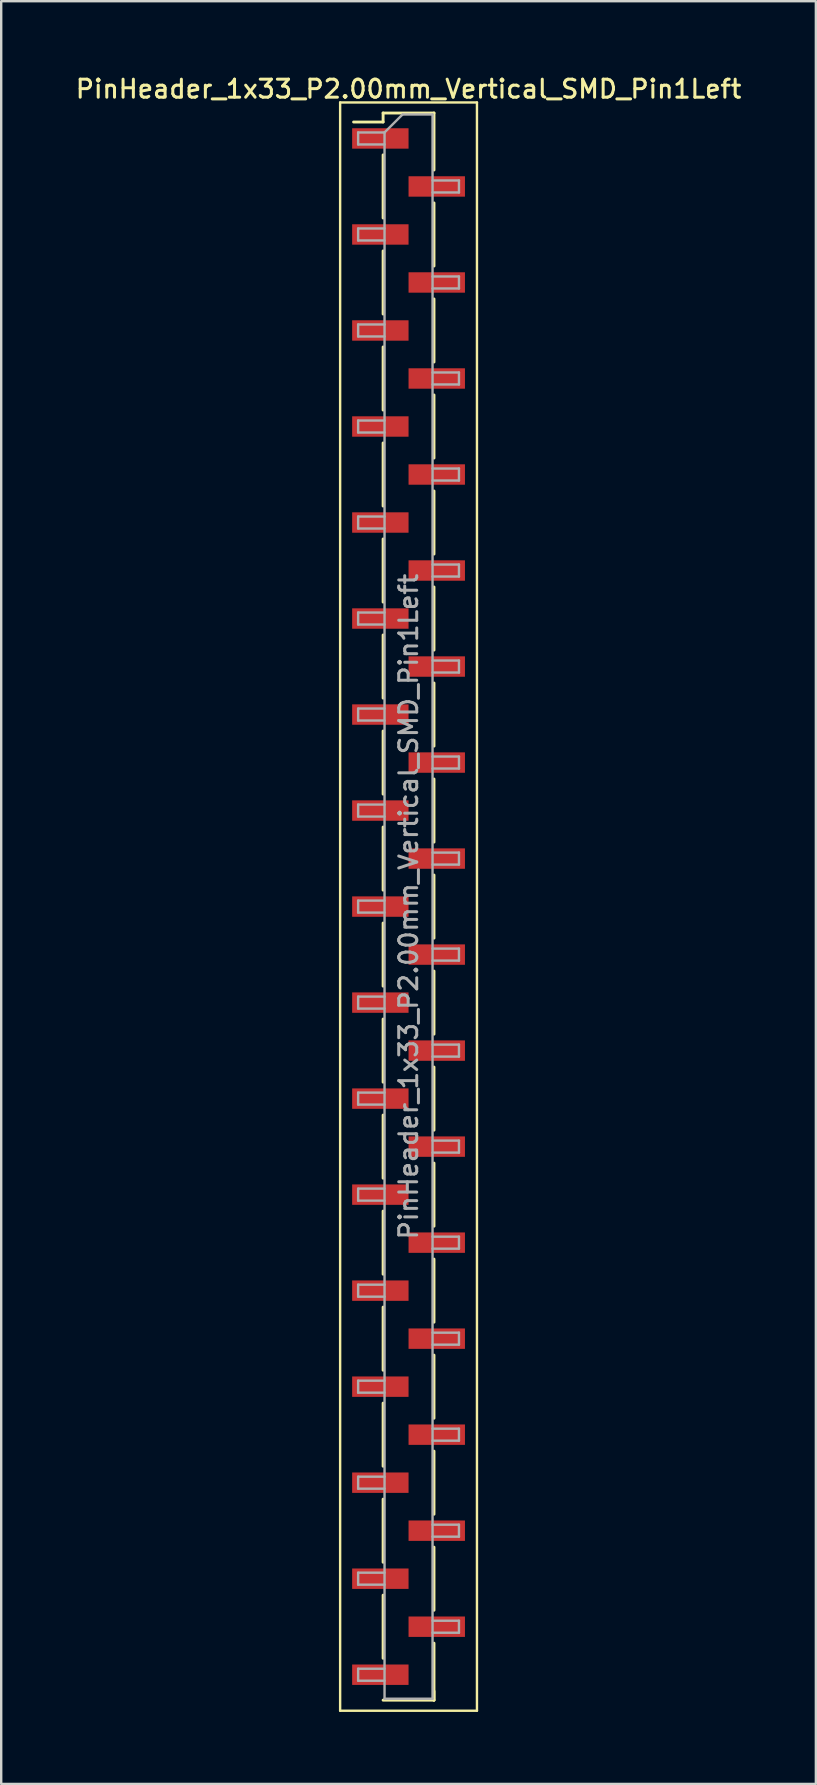
<source format=kicad_pcb>
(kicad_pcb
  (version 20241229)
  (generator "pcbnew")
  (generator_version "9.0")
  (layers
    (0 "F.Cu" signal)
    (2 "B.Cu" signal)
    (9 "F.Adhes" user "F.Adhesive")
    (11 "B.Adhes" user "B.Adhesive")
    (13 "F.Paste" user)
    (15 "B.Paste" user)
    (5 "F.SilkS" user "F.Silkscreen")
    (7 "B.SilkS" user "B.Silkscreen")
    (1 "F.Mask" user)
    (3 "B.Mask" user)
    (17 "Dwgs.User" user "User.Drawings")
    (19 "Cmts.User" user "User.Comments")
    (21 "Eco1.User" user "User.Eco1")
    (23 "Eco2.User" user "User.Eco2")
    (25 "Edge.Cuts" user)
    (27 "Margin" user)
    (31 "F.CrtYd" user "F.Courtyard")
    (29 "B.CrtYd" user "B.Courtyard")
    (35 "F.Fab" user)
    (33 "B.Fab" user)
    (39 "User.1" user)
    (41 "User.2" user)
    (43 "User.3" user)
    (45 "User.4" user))
  (footprint "PinHeader_1x33_P2.00mm_Vertical_SMD_Pin1Left"
    (layer "F.Cu")
    (at 13.97 34.718)
    (property "Reference" "PinHeader_1x33_P2.00mm_Vertical_SMD_Pin1Left" (at 0 -34.06 0) (layer "F.SilkS") (effects (font (size 0.75 0.75) (thickness 0.125))))
    (attr smd)
    (fp_line (start -2.85 -33.5) (end -2.85 33.5) (stroke (width 0.1) (type solid)) (layer "F.SilkS"))
    (fp_line (start -2.85 33.5) (end 2.85 33.5) (stroke (width 0.1) (type solid)) (layer "F.SilkS"))
    (fp_line (start -1.06 -33.06) (end -1.06 -32.685) (stroke (width 0.12) (type solid)) (layer "F.SilkS"))
    (fp_line (start -1.06 -33.06) (end 1.06 -33.06) (stroke (width 0.12) (type solid)) (layer "F.SilkS"))
    (fp_line (start -1.06 -32.685) (end -2.29 -32.685) (stroke (width 0.12) (type solid)) (layer "F.SilkS"))
    (fp_line (start -1.06 -31.315) (end -1.06 -28.685) (stroke (width 0.12) (type solid)) (layer "F.SilkS"))
    (fp_line (start -1.06 -27.315) (end -1.06 -24.685) (stroke (width 0.12) (type solid)) (layer "F.SilkS"))
    (fp_line (start -1.06 -23.315) (end -1.06 -20.685) (stroke (width 0.12) (type solid)) (layer "F.SilkS"))
    (fp_line (start -1.06 -19.315) (end -1.06 -16.685) (stroke (width 0.12) (type solid)) (layer "F.SilkS"))
    (fp_line (start -1.06 -15.315) (end -1.06 -12.685) (stroke (width 0.12) (type solid)) (layer "F.SilkS"))
    (fp_line (start -1.06 -11.315) (end -1.06 -8.685) (stroke (width 0.12) (type solid)) (layer "F.SilkS"))
    (fp_line (start -1.06 -7.315) (end -1.06 -4.685) (stroke (width 0.12) (type solid)) (layer "F.SilkS"))
    (fp_line (start -1.06 -3.315) (end -1.06 -0.685) (stroke (width 0.12) (type solid)) (layer "F.SilkS"))
    (fp_line (start -1.06 0.685) (end -1.06 3.315) (stroke (width 0.12) (type solid)) (layer "F.SilkS"))
    (fp_line (start -1.06 4.685) (end -1.06 7.315) (stroke (width 0.12) (type solid)) (layer "F.SilkS"))
    (fp_line (start -1.06 8.685) (end -1.06 11.315) (stroke (width 0.12) (type solid)) (layer "F.SilkS"))
    (fp_line (start -1.06 12.685) (end -1.06 15.315) (stroke (width 0.12) (type solid)) (layer "F.SilkS"))
    (fp_line (start -1.06 16.685) (end -1.06 19.315) (stroke (width 0.12) (type solid)) (layer "F.SilkS"))
    (fp_line (start -1.06 20.685) (end -1.06 23.315) (stroke (width 0.12) (type solid)) (layer "F.SilkS"))
    (fp_line (start -1.06 24.685) (end -1.06 27.315) (stroke (width 0.12) (type solid)) (layer "F.SilkS"))
    (fp_line (start -1.06 28.685) (end -1.06 31.315) (stroke (width 0.12) (type solid)) (layer "F.SilkS"))
    (fp_line (start -1.06 33.06) (end 1.06 33.06) (stroke (width 0.12) (type solid)) (layer "F.SilkS"))
    (fp_line (start 1.06 -33.06) (end 1.06 -30.685) (stroke (width 0.12) (type solid)) (layer "F.SilkS"))
    (fp_line (start 1.06 -29.315) (end 1.06 -26.685) (stroke (width 0.12) (type solid)) (layer "F.SilkS"))
    (fp_line (start 1.06 -25.315) (end 1.06 -22.685) (stroke (width 0.12) (type solid)) (layer "F.SilkS"))
    (fp_line (start 1.06 -21.315) (end 1.06 -18.685) (stroke (width 0.12) (type solid)) (layer "F.SilkS"))
    (fp_line (start 1.06 -17.315) (end 1.06 -14.685) (stroke (width 0.12) (type solid)) (layer "F.SilkS"))
    (fp_line (start 1.06 -13.315) (end 1.06 -10.685) (stroke (width 0.12) (type solid)) (layer "F.SilkS"))
    (fp_line (start 1.06 -9.315) (end 1.06 -6.685) (stroke (width 0.12) (type solid)) (layer "F.SilkS"))
    (fp_line (start 1.06 -5.315) (end 1.06 -2.685) (stroke (width 0.12) (type solid)) (layer "F.SilkS"))
    (fp_line (start 1.06 -1.315) (end 1.06 1.315) (stroke (width 0.12) (type solid)) (layer "F.SilkS"))
    (fp_line (start 1.06 2.685) (end 1.06 5.315) (stroke (width 0.12) (type solid)) (layer "F.SilkS"))
    (fp_line (start 1.06 6.685) (end 1.06 9.315) (stroke (width 0.12) (type solid)) (layer "F.SilkS"))
    (fp_line (start 1.06 10.685) (end 1.06 13.315) (stroke (width 0.12) (type solid)) (layer "F.SilkS"))
    (fp_line (start 1.06 14.685) (end 1.06 17.315) (stroke (width 0.12) (type solid)) (layer "F.SilkS"))
    (fp_line (start 1.06 18.685) (end 1.06 21.315) (stroke (width 0.12) (type solid)) (layer "F.SilkS"))
    (fp_line (start 1.06 22.685) (end 1.06 25.315) (stroke (width 0.12) (type solid)) (layer "F.SilkS"))
    (fp_line (start 1.06 26.685) (end 1.06 29.315) (stroke (width 0.12) (type solid)) (layer "F.SilkS"))
    (fp_line (start 1.06 30.685) (end 1.06 33.06) (stroke (width 0.12) (type solid)) (layer "F.SilkS"))
    (fp_line (start 1.06 32.685) (end 1.06 33.06) (stroke (width 0.12) (type solid)) (layer "F.SilkS"))
    (fp_line (start 2.85 -33.5) (end -2.85 -33.5) (stroke (width 0.1) (type solid)) (layer "F.SilkS"))
    (fp_line (start 2.85 33.5) (end 2.85 -33.5) (stroke (width 0.1) (type solid)) (layer "F.SilkS"))
    (fp_line (start -2.1 -32.25) (end -2.1 -31.75) (stroke (width 0.1) (type solid)) (layer "F.Fab"))
    (fp_line (start -2.1 -31.75) (end -1 -31.75) (stroke (width 0.1) (type solid)) (layer "F.Fab"))
    (fp_line (start -2.1 -28.25) (end -2.1 -27.75) (stroke (width 0.1) (type solid)) (layer "F.Fab"))
    (fp_line (start -2.1 -27.75) (end -1 -27.75) (stroke (width 0.1) (type solid)) (layer "F.Fab"))
    (fp_line (start -2.1 -24.25) (end -2.1 -23.75) (stroke (width 0.1) (type solid)) (layer "F.Fab"))
    (fp_line (start -2.1 -23.75) (end -1 -23.75) (stroke (width 0.1) (type solid)) (layer "F.Fab"))
    (fp_line (start -2.1 -20.25) (end -2.1 -19.75) (stroke (width 0.1) (type solid)) (layer "F.Fab"))
    (fp_line (start -2.1 -19.75) (end -1 -19.75) (stroke (width 0.1) (type solid)) (layer "F.Fab"))
    (fp_line (start -2.1 -16.25) (end -2.1 -15.75) (stroke (width 0.1) (type solid)) (layer "F.Fab"))
    (fp_line (start -2.1 -15.75) (end -1 -15.75) (stroke (width 0.1) (type solid)) (layer "F.Fab"))
    (fp_line (start -2.1 -12.25) (end -2.1 -11.75) (stroke (width 0.1) (type solid)) (layer "F.Fab"))
    (fp_line (start -2.1 -11.75) (end -1 -11.75) (stroke (width 0.1) (type solid)) (layer "F.Fab"))
    (fp_line (start -2.1 -8.25) (end -2.1 -7.75) (stroke (width 0.1) (type solid)) (layer "F.Fab"))
    (fp_line (start -2.1 -7.75) (end -1 -7.75) (stroke (width 0.1) (type solid)) (layer "F.Fab"))
    (fp_line (start -2.1 -4.25) (end -2.1 -3.75) (stroke (width 0.1) (type solid)) (layer "F.Fab"))
    (fp_line (start -2.1 -3.75) (end -1 -3.75) (stroke (width 0.1) (type solid)) (layer "F.Fab"))
    (fp_line (start -2.1 -0.25) (end -2.1 0.25) (stroke (width 0.1) (type solid)) (layer "F.Fab"))
    (fp_line (start -2.1 0.25) (end -1 0.25) (stroke (width 0.1) (type solid)) (layer "F.Fab"))
    (fp_line (start -2.1 3.75) (end -2.1 4.25) (stroke (width 0.1) (type solid)) (layer "F.Fab"))
    (fp_line (start -2.1 4.25) (end -1 4.25) (stroke (width 0.1) (type solid)) (layer "F.Fab"))
    (fp_line (start -2.1 7.75) (end -2.1 8.25) (stroke (width 0.1) (type solid)) (layer "F.Fab"))
    (fp_line (start -2.1 8.25) (end -1 8.25) (stroke (width 0.1) (type solid)) (layer "F.Fab"))
    (fp_line (start -2.1 11.75) (end -2.1 12.25) (stroke (width 0.1) (type solid)) (layer "F.Fab"))
    (fp_line (start -2.1 12.25) (end -1 12.25) (stroke (width 0.1) (type solid)) (layer "F.Fab"))
    (fp_line (start -2.1 15.75) (end -2.1 16.25) (stroke (width 0.1) (type solid)) (layer "F.Fab"))
    (fp_line (start -2.1 16.25) (end -1 16.25) (stroke (width 0.1) (type solid)) (layer "F.Fab"))
    (fp_line (start -2.1 19.75) (end -2.1 20.25) (stroke (width 0.1) (type solid)) (layer "F.Fab"))
    (fp_line (start -2.1 20.25) (end -1 20.25) (stroke (width 0.1) (type solid)) (layer "F.Fab"))
    (fp_line (start -2.1 23.75) (end -2.1 24.25) (stroke (width 0.1) (type solid)) (layer "F.Fab"))
    (fp_line (start -2.1 24.25) (end -1 24.25) (stroke (width 0.1) (type solid)) (layer "F.Fab"))
    (fp_line (start -2.1 27.75) (end -2.1 28.25) (stroke (width 0.1) (type solid)) (layer "F.Fab"))
    (fp_line (start -2.1 28.25) (end -1 28.25) (stroke (width 0.1) (type solid)) (layer "F.Fab"))
    (fp_line (start -2.1 31.75) (end -2.1 32.25) (stroke (width 0.1) (type solid)) (layer "F.Fab"))
    (fp_line (start -2.1 32.25) (end -1 32.25) (stroke (width 0.1) (type solid)) (layer "F.Fab"))
    (fp_line (start -1 -32.25) (end -2.1 -32.25) (stroke (width 0.1) (type solid)) (layer "F.Fab"))
    (fp_line (start -1 -32.25) (end -0.25 -33) (stroke (width 0.1) (type solid)) (layer "F.Fab"))
    (fp_line (start -1 -28.25) (end -2.1 -28.25) (stroke (width 0.1) (type solid)) (layer "F.Fab"))
    (fp_line (start -1 -24.25) (end -2.1 -24.25) (stroke (width 0.1) (type solid)) (layer "F.Fab"))
    (fp_line (start -1 -20.25) (end -2.1 -20.25) (stroke (width 0.1) (type solid)) (layer "F.Fab"))
    (fp_line (start -1 -16.25) (end -2.1 -16.25) (stroke (width 0.1) (type solid)) (layer "F.Fab"))
    (fp_line (start -1 -12.25) (end -2.1 -12.25) (stroke (width 0.1) (type solid)) (layer "F.Fab"))
    (fp_line (start -1 -8.25) (end -2.1 -8.25) (stroke (width 0.1) (type solid)) (layer "F.Fab"))
    (fp_line (start -1 -4.25) (end -2.1 -4.25) (stroke (width 0.1) (type solid)) (layer "F.Fab"))
    (fp_line (start -1 -0.25) (end -2.1 -0.25) (stroke (width 0.1) (type solid)) (layer "F.Fab"))
    (fp_line (start -1 3.75) (end -2.1 3.75) (stroke (width 0.1) (type solid)) (layer "F.Fab"))
    (fp_line (start -1 7.75) (end -2.1 7.75) (stroke (width 0.1) (type solid)) (layer "F.Fab"))
    (fp_line (start -1 11.75) (end -2.1 11.75) (stroke (width 0.1) (type solid)) (layer "F.Fab"))
    (fp_line (start -1 15.75) (end -2.1 15.75) (stroke (width 0.1) (type solid)) (layer "F.Fab"))
    (fp_line (start -1 19.75) (end -2.1 19.75) (stroke (width 0.1) (type solid)) (layer "F.Fab"))
    (fp_line (start -1 23.75) (end -2.1 23.75) (stroke (width 0.1) (type solid)) (layer "F.Fab"))
    (fp_line (start -1 27.75) (end -2.1 27.75) (stroke (width 0.1) (type solid)) (layer "F.Fab"))
    (fp_line (start -1 31.75) (end -2.1 31.75) (stroke (width 0.1) (type solid)) (layer "F.Fab"))
    (fp_line (start -1 33) (end -1 -32.25) (stroke (width 0.1) (type solid)) (layer "F.Fab"))
    (fp_line (start -0.25 -33) (end 1 -33) (stroke (width 0.1) (type solid)) (layer "F.Fab"))
    (fp_line (start 1 -33) (end 1 33) (stroke (width 0.1) (type solid)) (layer "F.Fab"))
    (fp_line (start 1 -30.25) (end 2.1 -30.25) (stroke (width 0.1) (type solid)) (layer "F.Fab"))
    (fp_line (start 1 -26.25) (end 2.1 -26.25) (stroke (width 0.1) (type solid)) (layer "F.Fab"))
    (fp_line (start 1 -22.25) (end 2.1 -22.25) (stroke (width 0.1) (type solid)) (layer "F.Fab"))
    (fp_line (start 1 -18.25) (end 2.1 -18.25) (stroke (width 0.1) (type solid)) (layer "F.Fab"))
    (fp_line (start 1 -14.25) (end 2.1 -14.25) (stroke (width 0.1) (type solid)) (layer "F.Fab"))
    (fp_line (start 1 -10.25) (end 2.1 -10.25) (stroke (width 0.1) (type solid)) (layer "F.Fab"))
    (fp_line (start 1 -6.25) (end 2.1 -6.25) (stroke (width 0.1) (type solid)) (layer "F.Fab"))
    (fp_line (start 1 -2.25) (end 2.1 -2.25) (stroke (width 0.1) (type solid)) (layer "F.Fab"))
    (fp_line (start 1 1.75) (end 2.1 1.75) (stroke (width 0.1) (type solid)) (layer "F.Fab"))
    (fp_line (start 1 5.75) (end 2.1 5.75) (stroke (width 0.1) (type solid)) (layer "F.Fab"))
    (fp_line (start 1 9.75) (end 2.1 9.75) (stroke (width 0.1) (type solid)) (layer "F.Fab"))
    (fp_line (start 1 13.75) (end 2.1 13.75) (stroke (width 0.1) (type solid)) (layer "F.Fab"))
    (fp_line (start 1 17.75) (end 2.1 17.75) (stroke (width 0.1) (type solid)) (layer "F.Fab"))
    (fp_line (start 1 21.75) (end 2.1 21.75) (stroke (width 0.1) (type solid)) (layer "F.Fab"))
    (fp_line (start 1 25.75) (end 2.1 25.75) (stroke (width 0.1) (type solid)) (layer "F.Fab"))
    (fp_line (start 1 29.75) (end 2.1 29.75) (stroke (width 0.1) (type solid)) (layer "F.Fab"))
    (fp_line (start 1 33) (end -1 33) (stroke (width 0.1) (type solid)) (layer "F.Fab"))
    (fp_line (start 2.1 -30.25) (end 2.1 -29.75) (stroke (width 0.1) (type solid)) (layer "F.Fab"))
    (fp_line (start 2.1 -29.75) (end 1 -29.75) (stroke (width 0.1) (type solid)) (layer "F.Fab"))
    (fp_line (start 2.1 -26.25) (end 2.1 -25.75) (stroke (width 0.1) (type solid)) (layer "F.Fab"))
    (fp_line (start 2.1 -25.75) (end 1 -25.75) (stroke (width 0.1) (type solid)) (layer "F.Fab"))
    (fp_line (start 2.1 -22.25) (end 2.1 -21.75) (stroke (width 0.1) (type solid)) (layer "F.Fab"))
    (fp_line (start 2.1 -21.75) (end 1 -21.75) (stroke (width 0.1) (type solid)) (layer "F.Fab"))
    (fp_line (start 2.1 -18.25) (end 2.1 -17.75) (stroke (width 0.1) (type solid)) (layer "F.Fab"))
    (fp_line (start 2.1 -17.75) (end 1 -17.75) (stroke (width 0.1) (type solid)) (layer "F.Fab"))
    (fp_line (start 2.1 -14.25) (end 2.1 -13.75) (stroke (width 0.1) (type solid)) (layer "F.Fab"))
    (fp_line (start 2.1 -13.75) (end 1 -13.75) (stroke (width 0.1) (type solid)) (layer "F.Fab"))
    (fp_line (start 2.1 -10.25) (end 2.1 -9.75) (stroke (width 0.1) (type solid)) (layer "F.Fab"))
    (fp_line (start 2.1 -9.75) (end 1 -9.75) (stroke (width 0.1) (type solid)) (layer "F.Fab"))
    (fp_line (start 2.1 -6.25) (end 2.1 -5.75) (stroke (width 0.1) (type solid)) (layer "F.Fab"))
    (fp_line (start 2.1 -5.75) (end 1 -5.75) (stroke (width 0.1) (type solid)) (layer "F.Fab"))
    (fp_line (start 2.1 -2.25) (end 2.1 -1.75) (stroke (width 0.1) (type solid)) (layer "F.Fab"))
    (fp_line (start 2.1 -1.75) (end 1 -1.75) (stroke (width 0.1) (type solid)) (layer "F.Fab"))
    (fp_line (start 2.1 1.75) (end 2.1 2.25) (stroke (width 0.1) (type solid)) (layer "F.Fab"))
    (fp_line (start 2.1 2.25) (end 1 2.25) (stroke (width 0.1) (type solid)) (layer "F.Fab"))
    (fp_line (start 2.1 5.75) (end 2.1 6.25) (stroke (width 0.1) (type solid)) (layer "F.Fab"))
    (fp_line (start 2.1 6.25) (end 1 6.25) (stroke (width 0.1) (type solid)) (layer "F.Fab"))
    (fp_line (start 2.1 9.75) (end 2.1 10.25) (stroke (width 0.1) (type solid)) (layer "F.Fab"))
    (fp_line (start 2.1 10.25) (end 1 10.25) (stroke (width 0.1) (type solid)) (layer "F.Fab"))
    (fp_line (start 2.1 13.75) (end 2.1 14.25) (stroke (width 0.1) (type solid)) (layer "F.Fab"))
    (fp_line (start 2.1 14.25) (end 1 14.25) (stroke (width 0.1) (type solid)) (layer "F.Fab"))
    (fp_line (start 2.1 17.75) (end 2.1 18.25) (stroke (width 0.1) (type solid)) (layer "F.Fab"))
    (fp_line (start 2.1 18.25) (end 1 18.25) (stroke (width 0.1) (type solid)) (layer "F.Fab"))
    (fp_line (start 2.1 21.75) (end 2.1 22.25) (stroke (width 0.1) (type solid)) (layer "F.Fab"))
    (fp_line (start 2.1 22.25) (end 1 22.25) (stroke (width 0.1) (type solid)) (layer "F.Fab"))
    (fp_line (start 2.1 25.75) (end 2.1 26.25) (stroke (width 0.1) (type solid)) (layer "F.Fab"))
    (fp_line (start 2.1 26.25) (end 1 26.25) (stroke (width 0.1) (type solid)) (layer "F.Fab"))
    (fp_line (start 2.1 29.75) (end 2.1 30.25) (stroke (width 0.1) (type solid)) (layer "F.Fab"))
    (fp_line (start 2.1 30.25) (end 1 30.25) (stroke (width 0.1) (type solid)) (layer "F.Fab"))
    (fp_text user "${REFERENCE}" (at 0 0 90) (layer "F.Fab") (effects (font (size 0.75 0.75) (thickness 0.125))))
    (pad "1" smd rect (at -1.175 -32) (size 2.35 0.85) (layers "F.Cu" "F.Mask" "F.Paste"))
    (pad "2" smd rect (at 1.175 -30) (size 2.35 0.85) (layers "F.Cu" "F.Mask" "F.Paste"))
    (pad "3" smd rect (at -1.175 -28) (size 2.35 0.85) (layers "F.Cu" "F.Mask" "F.Paste"))
    (pad "4" smd rect (at 1.175 -26) (size 2.35 0.85) (layers "F.Cu" "F.Mask" "F.Paste"))
    (pad "5" smd rect (at -1.175 -24) (size 2.35 0.85) (layers "F.Cu" "F.Mask" "F.Paste"))
    (pad "6" smd rect (at 1.175 -22) (size 2.35 0.85) (layers "F.Cu" "F.Mask" "F.Paste"))
    (pad "7" smd rect (at -1.175 -20) (size 2.35 0.85) (layers "F.Cu" "F.Mask" "F.Paste"))
    (pad "8" smd rect (at 1.175 -18) (size 2.35 0.85) (layers "F.Cu" "F.Mask" "F.Paste"))
    (pad "9" smd rect (at -1.175 -16) (size 2.35 0.85) (layers "F.Cu" "F.Mask" "F.Paste"))
    (pad "10" smd rect (at 1.175 -14) (size 2.35 0.85) (layers "F.Cu" "F.Mask" "F.Paste"))
    (pad "11" smd rect (at -1.175 -12) (size 2.35 0.85) (layers "F.Cu" "F.Mask" "F.Paste"))
    (pad "12" smd rect (at 1.175 -10) (size 2.35 0.85) (layers "F.Cu" "F.Mask" "F.Paste"))
    (pad "13" smd rect (at -1.175 -8) (size 2.35 0.85) (layers "F.Cu" "F.Mask" "F.Paste"))
    (pad "14" smd rect (at 1.175 -6) (size 2.35 0.85) (layers "F.Cu" "F.Mask" "F.Paste"))
    (pad "15" smd rect (at -1.175 -4) (size 2.35 0.85) (layers "F.Cu" "F.Mask" "F.Paste"))
    (pad "16" smd rect (at 1.175 -2) (size 2.35 0.85) (layers "F.Cu" "F.Mask" "F.Paste"))
    (pad "17" smd rect (at -1.175 0) (size 2.35 0.85) (layers "F.Cu" "F.Mask" "F.Paste"))
    (pad "18" smd rect (at 1.175 2) (size 2.35 0.85) (layers "F.Cu" "F.Mask" "F.Paste"))
    (pad "19" smd rect (at -1.175 4) (size 2.35 0.85) (layers "F.Cu" "F.Mask" "F.Paste"))
    (pad "20" smd rect (at 1.175 6) (size 2.35 0.85) (layers "F.Cu" "F.Mask" "F.Paste"))
    (pad "21" smd rect (at -1.175 8) (size 2.35 0.85) (layers "F.Cu" "F.Mask" "F.Paste"))
    (pad "22" smd rect (at 1.175 10) (size 2.35 0.85) (layers "F.Cu" "F.Mask" "F.Paste"))
    (pad "23" smd rect (at -1.175 12) (size 2.35 0.85) (layers "F.Cu" "F.Mask" "F.Paste"))
    (pad "24" smd rect (at 1.175 14) (size 2.35 0.85) (layers "F.Cu" "F.Mask" "F.Paste"))
    (pad "25" smd rect (at -1.175 16) (size 2.35 0.85) (layers "F.Cu" "F.Mask" "F.Paste"))
    (pad "26" smd rect (at 1.175 18) (size 2.35 0.85) (layers "F.Cu" "F.Mask" "F.Paste"))
    (pad "27" smd rect (at -1.175 20) (size 2.35 0.85) (layers "F.Cu" "F.Mask" "F.Paste"))
    (pad "28" smd rect (at 1.175 22) (size 2.35 0.85) (layers "F.Cu" "F.Mask" "F.Paste"))
    (pad "29" smd rect (at -1.175 24) (size 2.35 0.85) (layers "F.Cu" "F.Mask" "F.Paste"))
    (pad "30" smd rect (at 1.175 26) (size 2.35 0.85) (layers "F.Cu" "F.Mask" "F.Paste"))
    (pad "31" smd rect (at -1.175 28) (size 2.35 0.85) (layers "F.Cu" "F.Mask" "F.Paste"))
    (pad "32" smd rect (at 1.175 30) (size 2.35 0.85) (layers "F.Cu" "F.Mask" "F.Paste"))
    (pad "33" smd rect (at -1.175 32) (size 2.35 0.85) (layers "F.Cu" "F.Mask" "F.Paste")))
  (gr_rect
    (start -3 -3)
    (end 30.939 71.268)
    (stroke (width 0.1) (type default))
    (fill no)
    (layer "Edge.Cuts")))
</source>
